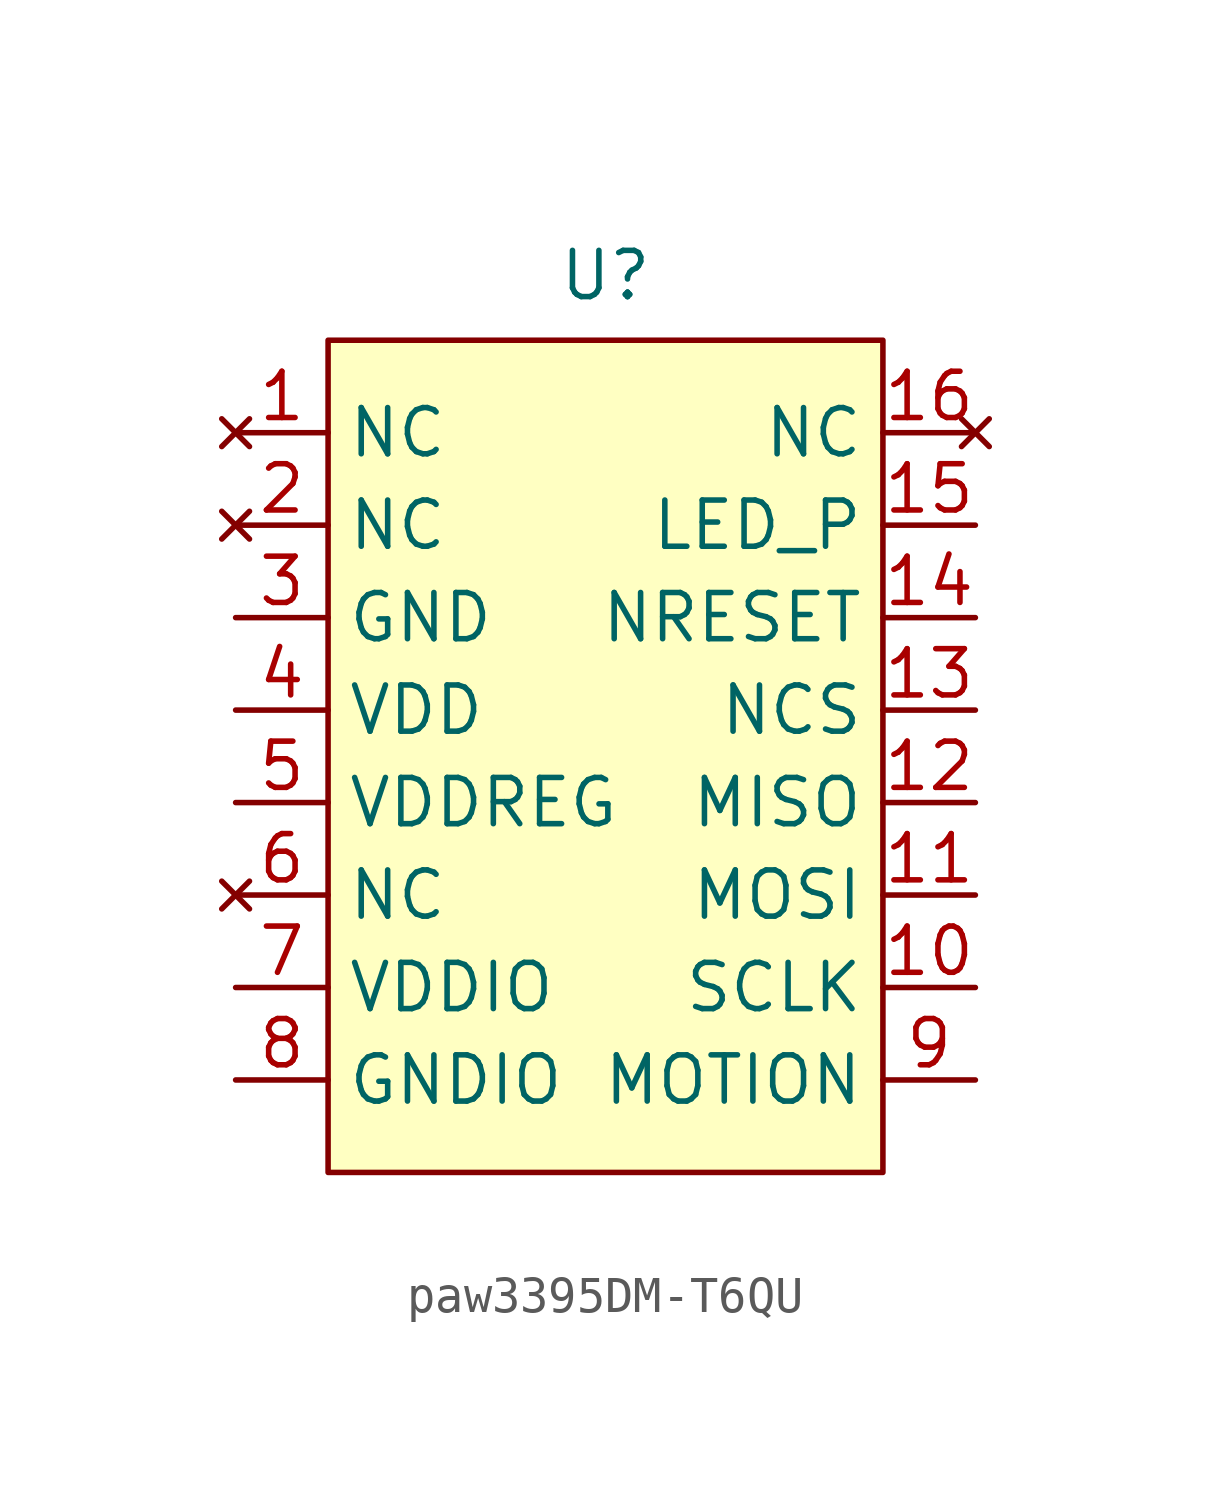
<source format=kicad_sym>
(kicad_symbol_lib
  (version 20241209)
  (generator "kicad_symbol_editor")
  (generator_version "9.0")
  (symbol "paw3395DM-T6QU"
    (property "Reference" "U"
      (at 0 14.478 0)
      (effects (font (size 1.27 1.27))))
    (property "Value" ""
      (at 0 0 0)
      (effects (font (size 1.27 1.27))))
    (symbol "paw3395DM-T6QU_1_1"
      (rectangle (start -7.62 12.7) (end 7.62 -10.16) (stroke (width 0) (type solid)) (fill (type background)))
      (pin no_connect line (at -10.16 10.16 0) (length 2.54) (name "NC" (effects (font (size 1.27 1.27)))) (number "1" (effects (font (size 1.27 1.27)))))
      (pin no_connect line (at -10.16 7.62 0) (length 2.54) (name "NC" (effects (font (size 1.27 1.27)))) (number "2" (effects (font (size 1.27 1.27)))))
      (pin output line (at -10.16 5.08 0) (length 2.54) (name "GND" (effects (font (size 1.27 1.27)))) (number "3" (effects (font (size 1.27 1.27)))))
      (pin input line (at -10.16 2.54 0) (length 2.54) (name "VDD" (effects (font (size 1.27 1.27)))) (number "4" (effects (font (size 1.27 1.27)))))
      (pin input line (at -10.16 0 0) (length 2.54) (name "VDDREG" (effects (font (size 1.27 1.27)))) (number "5" (effects (font (size 1.27 1.27)))))
      (pin no_connect line (at -10.16 -2.54 0) (length 2.54) (name "NC" (effects (font (size 1.27 1.27)))) (number "6" (effects (font (size 1.27 1.27)))))
      (pin input line (at -10.16 -5.08 0) (length 2.54) (name "VDDIO" (effects (font (size 1.27 1.27)))) (number "7" (effects (font (size 1.27 1.27)))))
      (pin output line (at -10.16 -7.62 0) (length 2.54) (name "GNDIO" (effects (font (size 1.27 1.27)))) (number "8" (effects (font (size 1.27 1.27)))))
      (pin no_connect line (at 10.16 10.16 180) (length 2.54) (name "NC" (effects (font (size 1.27 1.27)))) (number "16" (effects (font (size 1.27 1.27)))))
      (pin output line (at 10.16 7.62 180) (length 2.54) (name "LED_P" (effects (font (size 1.27 1.27)))) (number "15" (effects (font (size 1.27 1.27)))))
      (pin output line (at 10.16 5.08 180) (length 2.54) (name "NRESET" (effects (font (size 1.27 1.27)))) (number "14" (effects (font (size 1.27 1.27)))))
      (pin output line (at 10.16 2.54 180) (length 2.54) (name "NCS" (effects (font (size 1.27 1.27)))) (number "13" (effects (font (size 1.27 1.27)))))
      (pin output line (at 10.16 0 180) (length 2.54) (name "MISO" (effects (font (size 1.27 1.27)))) (number "12" (effects (font (size 1.27 1.27)))))
      (pin output line (at 10.16 -2.54 180) (length 2.54) (name "MOSI" (effects (font (size 1.27 1.27)))) (number "11" (effects (font (size 1.27 1.27)))))
      (pin output line (at 10.16 -5.08 180) (length 2.54) (name "SCLK" (effects (font (size 1.27 1.27)))) (number "10" (effects (font (size 1.27 1.27)))))
      (pin output line (at 10.16 -7.62 180) (length 2.54) (name "MOTION" (effects (font (size 1.27 1.27)))) (number "9" (effects (font (size 1.27 1.27))))))))
</source>
